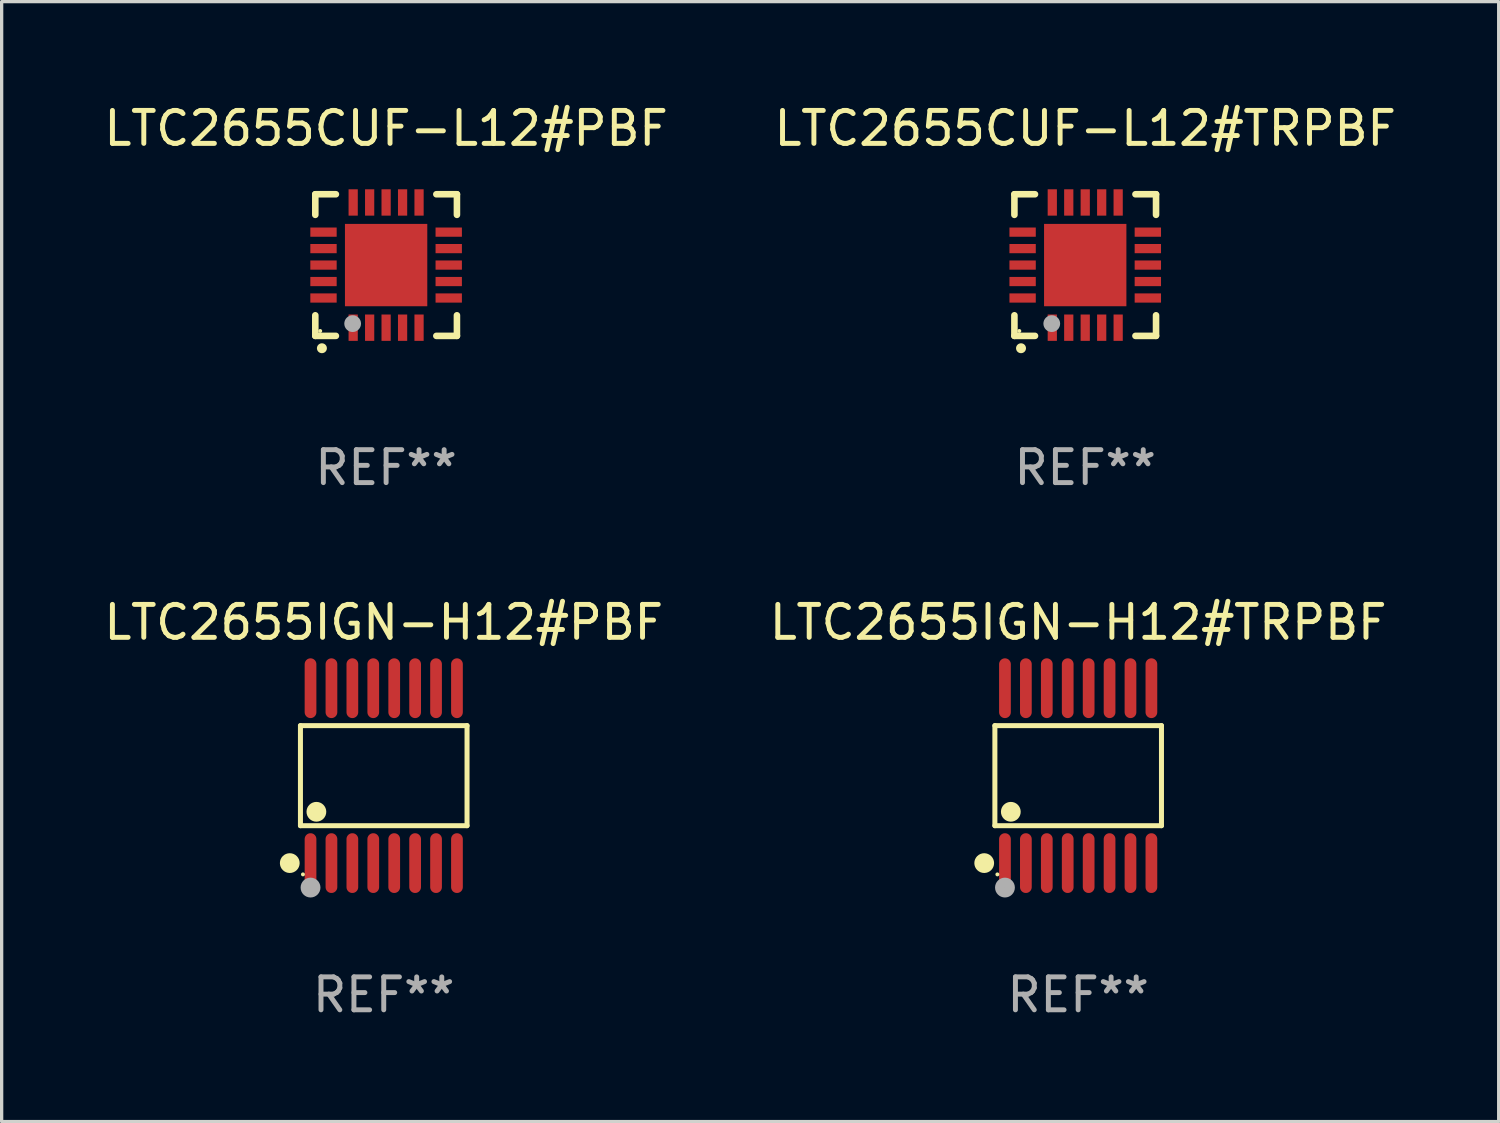
<source format=kicad_pcb>
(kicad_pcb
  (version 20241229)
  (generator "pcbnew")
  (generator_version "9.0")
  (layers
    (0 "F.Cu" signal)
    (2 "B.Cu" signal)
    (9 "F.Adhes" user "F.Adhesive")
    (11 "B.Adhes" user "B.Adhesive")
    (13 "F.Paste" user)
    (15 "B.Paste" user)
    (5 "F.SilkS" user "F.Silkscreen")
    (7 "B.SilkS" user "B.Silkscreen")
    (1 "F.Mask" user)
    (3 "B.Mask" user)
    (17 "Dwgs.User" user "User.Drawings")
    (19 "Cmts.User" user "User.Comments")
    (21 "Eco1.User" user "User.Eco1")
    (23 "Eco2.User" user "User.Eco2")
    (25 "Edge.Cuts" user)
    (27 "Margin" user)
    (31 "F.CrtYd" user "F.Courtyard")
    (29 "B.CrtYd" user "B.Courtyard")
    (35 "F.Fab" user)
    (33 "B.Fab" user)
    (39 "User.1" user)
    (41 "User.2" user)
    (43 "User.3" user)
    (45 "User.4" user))
  (footprint "LTC2655CUF-L12#TRPBF"
    (layer "F.Cu")
    (at 29.899 4.998)
    (property "Reference" "LTC2655CUF-L12#TRPBF" (at 0 -4.15 0) (layer "F.SilkS") (effects (font (size 1 1) (thickness 0.15))))
    (attr through_hole)
    (fp_line (start -2.15 -2.15) (end -2.15 -1.525) (stroke (width 0.2) (type solid)) (layer "F.SilkS"))
    (fp_line (start -2.15 2.15) (end -2.15 1.525) (stroke (width 0.2) (type solid)) (layer "F.SilkS"))
    (fp_line (start -1.525 -2.15) (end -2.15 -2.15) (stroke (width 0.2) (type solid)) (layer "F.SilkS"))
    (fp_line (start -1.525 2.15) (end -2.15 2.15) (stroke (width 0.2) (type solid)) (layer "F.SilkS"))
    (fp_line (start 1.525 2.15) (end 2.15 2.15) (stroke (width 0.2) (type solid)) (layer "F.SilkS"))
    (fp_line (start 2.15 -2.15) (end 1.525 -2.15) (stroke (width 0.2) (type solid)) (layer "F.SilkS"))
    (fp_line (start 2.15 -1.525) (end 2.15 -2.15) (stroke (width 0.2) (type solid)) (layer "F.SilkS"))
    (fp_line (start 2.15 2.15) (end 2.15 1.525) (stroke (width 0.2) (type solid)) (layer "F.SilkS"))
    (fp_arc (start -1.950724 2.524765) (mid -1.949454 2.52476) (end -1.948184 2.524765) (stroke (width 0.3) (type solid)) (layer "F.SilkS"))
    (fp_circle (center -2.001 2.001) (end -1.971 2.001) (stroke (width 0.06) (type solid)) (fill no) (layer "F.SilkS"))
    (fp_circle (center -1.016 1.778) (end -0.889 1.778) (stroke (width 0.254) (type solid)) (fill no) (layer "F.Fab"))
    (fp_text user "REF**" (at 0 6.15 0) (layer "F.Fab") (effects (font (size 1 1) (thickness 0.15))))
    (pad "1" smd rect (at -1 1.901) (size 0.28 0.8) (layers "F.Cu" "F.Mask" "F.Paste"))
    (pad "2" smd rect (at -0.5 1.901) (size 0.28 0.8) (layers "F.Cu" "F.Mask" "F.Paste"))
    (pad "3" smd rect (at 0 1.901) (size 0.28 0.8) (layers "F.Cu" "F.Mask" "F.Paste"))
    (pad "4" smd rect (at 0.5 1.901) (size 0.28 0.8) (layers "F.Cu" "F.Mask" "F.Paste"))
    (pad "5" smd rect (at 1 1.901) (size 0.28 0.8) (layers "F.Cu" "F.Mask" "F.Paste"))
    (pad "6" smd rect (at 1.901 1) (size 0.8 0.28) (layers "F.Cu" "F.Mask" "F.Paste"))
    (pad "7" smd rect (at 1.901 0.5) (size 0.8 0.28) (layers "F.Cu" "F.Mask" "F.Paste"))
    (pad "8" smd rect (at 1.901 0) (size 0.8 0.28) (layers "F.Cu" "F.Mask" "F.Paste"))
    (pad "9" smd rect (at 1.901 -0.5) (size 0.8 0.28) (layers "F.Cu" "F.Mask" "F.Paste"))
    (pad "10" smd rect (at 1.901 -1) (size 0.8 0.28) (layers "F.Cu" "F.Mask" "F.Paste"))
    (pad "11" smd rect (at 1 -1.901) (size 0.28 0.8) (layers "F.Cu" "F.Mask" "F.Paste"))
    (pad "12" smd rect (at 0.5 -1.901) (size 0.28 0.8) (layers "F.Cu" "F.Mask" "F.Paste"))
    (pad "13" smd rect (at 0 -1.901) (size 0.28 0.8) (layers "F.Cu" "F.Mask" "F.Paste"))
    (pad "14" smd rect (at -0.5 -1.901) (size 0.28 0.8) (layers "F.Cu" "F.Mask" "F.Paste"))
    (pad "15" smd rect (at -1 -1.901) (size 0.28 0.8) (layers "F.Cu" "F.Mask" "F.Paste"))
    (pad "16" smd rect (at -1.901 -1) (size 0.8 0.28) (layers "F.Cu" "F.Mask" "F.Paste"))
    (pad "17" smd rect (at -1.901 -0.5) (size 0.8 0.28) (layers "F.Cu" "F.Mask" "F.Paste"))
    (pad "18" smd rect (at -1.901 0) (size 0.8 0.28) (layers "F.Cu" "F.Mask" "F.Paste"))
    (pad "19" smd rect (at -1.901 0.5) (size 0.8 0.28) (layers "F.Cu" "F.Mask" "F.Paste"))
    (pad "20" smd rect (at -1.901 1) (size 0.8 0.28) (layers "F.Cu" "F.Mask" "F.Paste"))
    (pad "21" smd rect (at 0 0) (size 2.5 2.5) (layers "F.Cu" "F.Mask" "F.Paste")))
  (footprint "LTC2655CUF-L12#PBF"
    (layer "F.Cu")
    (at 8.673 4.998)
    (property "Reference" "LTC2655CUF-L12#PBF" (at 0 -4.15 0) (layer "F.SilkS") (effects (font (size 1 1) (thickness 0.15))))
    (attr through_hole)
    (fp_line (start -2.15 -2.15) (end -2.15 -1.525) (stroke (width 0.2) (type solid)) (layer "F.SilkS"))
    (fp_line (start -2.15 2.15) (end -2.15 1.525) (stroke (width 0.2) (type solid)) (layer "F.SilkS"))
    (fp_line (start -1.525 -2.15) (end -2.15 -2.15) (stroke (width 0.2) (type solid)) (layer "F.SilkS"))
    (fp_line (start -1.525 2.15) (end -2.15 2.15) (stroke (width 0.2) (type solid)) (layer "F.SilkS"))
    (fp_line (start 1.525 2.15) (end 2.15 2.15) (stroke (width 0.2) (type solid)) (layer "F.SilkS"))
    (fp_line (start 2.15 -2.15) (end 1.525 -2.15) (stroke (width 0.2) (type solid)) (layer "F.SilkS"))
    (fp_line (start 2.15 -1.525) (end 2.15 -2.15) (stroke (width 0.2) (type solid)) (layer "F.SilkS"))
    (fp_line (start 2.15 2.15) (end 2.15 1.525) (stroke (width 0.2) (type solid)) (layer "F.SilkS"))
    (fp_arc (start -1.950724 2.524765) (mid -1.949454 2.52476) (end -1.948184 2.524765) (stroke (width 0.3) (type solid)) (layer "F.SilkS"))
    (fp_circle (center -2.001 2.001) (end -1.971 2.001) (stroke (width 0.06) (type solid)) (fill no) (layer "F.SilkS"))
    (fp_circle (center -1.016 1.778) (end -0.889 1.778) (stroke (width 0.254) (type solid)) (fill no) (layer "F.Fab"))
    (fp_text user "REF**" (at 0 6.15 0) (layer "F.Fab") (effects (font (size 1 1) (thickness 0.15))))
    (pad "1" smd rect (at -1 1.901) (size 0.28 0.8) (layers "F.Cu" "F.Mask" "F.Paste"))
    (pad "2" smd rect (at -0.5 1.901) (size 0.28 0.8) (layers "F.Cu" "F.Mask" "F.Paste"))
    (pad "3" smd rect (at 0 1.901) (size 0.28 0.8) (layers "F.Cu" "F.Mask" "F.Paste"))
    (pad "4" smd rect (at 0.5 1.901) (size 0.28 0.8) (layers "F.Cu" "F.Mask" "F.Paste"))
    (pad "5" smd rect (at 1 1.901) (size 0.28 0.8) (layers "F.Cu" "F.Mask" "F.Paste"))
    (pad "6" smd rect (at 1.901 1) (size 0.8 0.28) (layers "F.Cu" "F.Mask" "F.Paste"))
    (pad "7" smd rect (at 1.901 0.5) (size 0.8 0.28) (layers "F.Cu" "F.Mask" "F.Paste"))
    (pad "8" smd rect (at 1.901 0) (size 0.8 0.28) (layers "F.Cu" "F.Mask" "F.Paste"))
    (pad "9" smd rect (at 1.901 -0.5) (size 0.8 0.28) (layers "F.Cu" "F.Mask" "F.Paste"))
    (pad "10" smd rect (at 1.901 -1) (size 0.8 0.28) (layers "F.Cu" "F.Mask" "F.Paste"))
    (pad "11" smd rect (at 1 -1.901) (size 0.28 0.8) (layers "F.Cu" "F.Mask" "F.Paste"))
    (pad "12" smd rect (at 0.5 -1.901) (size 0.28 0.8) (layers "F.Cu" "F.Mask" "F.Paste"))
    (pad "13" smd rect (at 0 -1.901) (size 0.28 0.8) (layers "F.Cu" "F.Mask" "F.Paste"))
    (pad "14" smd rect (at -0.5 -1.901) (size 0.28 0.8) (layers "F.Cu" "F.Mask" "F.Paste"))
    (pad "15" smd rect (at -1 -1.901) (size 0.28 0.8) (layers "F.Cu" "F.Mask" "F.Paste"))
    (pad "16" smd rect (at -1.901 -1) (size 0.8 0.28) (layers "F.Cu" "F.Mask" "F.Paste"))
    (pad "17" smd rect (at -1.901 -0.5) (size 0.8 0.28) (layers "F.Cu" "F.Mask" "F.Paste"))
    (pad "18" smd rect (at -1.901 0) (size 0.8 0.28) (layers "F.Cu" "F.Mask" "F.Paste"))
    (pad "19" smd rect (at -1.901 0.5) (size 0.8 0.28) (layers "F.Cu" "F.Mask" "F.Paste"))
    (pad "20" smd rect (at -1.901 1) (size 0.8 0.28) (layers "F.Cu" "F.Mask" "F.Paste"))
    (pad "21" smd rect (at 0 0) (size 2.5 2.5) (layers "F.Cu" "F.Mask" "F.Paste")))
  (footprint "LTC2655IGN-H12#TRPBF"
    (layer "F.Cu")
    (at 29.685 20.5)
    (property "Reference" "LTC2655IGN-H12#TRPBF" (at 0 -4.655 0) (layer "F.SilkS") (effects (font (size 1 1) (thickness 0.15))))
    (attr through_hole)
    (fp_line (start -2.529 -1.519) (end 2.529 -1.519) (stroke (width 0.152) (type solid)) (layer "F.SilkS"))
    (fp_line (start -2.529 1.519) (end -2.529 -1.519) (stroke (width 0.152) (type solid)) (layer "F.SilkS"))
    (fp_line (start 2.529 -1.519) (end 2.529 1.519) (stroke (width 0.152) (type solid)) (layer "F.SilkS"))
    (fp_line (start 2.529 1.519) (end -2.529 1.519) (stroke (width 0.152) (type solid)) (layer "F.SilkS"))
    (fp_circle (center -2.853 2.655) (end -2.703 2.655) (stroke (width 0.3) (type solid)) (fill no) (layer "F.SilkS"))
    (fp_circle (center -2.453 2.998) (end -2.423 2.998) (stroke (width 0.06) (type solid)) (fill no) (layer "F.SilkS"))
    (fp_circle (center -2.045 1.097) (end -1.895 1.097) (stroke (width 0.3) (type solid)) (fill no) (layer "F.SilkS"))
    (fp_circle (center -2.223 3.398) (end -2.072 3.398) (stroke (width 0.3) (type solid)) (fill no) (layer "F.Fab"))
    (fp_text user "REF**" (at 0 6.655 0) (layer "F.Fab") (effects (font (size 1 1) (thickness 0.15))))
    (pad "1" smd oval (at -2.223 2.655) (size 0.356 1.815) (layers "F.Cu" "F.Mask" "F.Paste"))
    (pad "2" smd oval (at -1.588 2.655) (size 0.356 1.815) (layers "F.Cu" "F.Mask" "F.Paste"))
    (pad "3" smd oval (at -0.953 2.655) (size 0.356 1.815) (layers "F.Cu" "F.Mask" "F.Paste"))
    (pad "4" smd oval (at -0.318 2.655) (size 0.356 1.815) (layers "F.Cu" "F.Mask" "F.Paste"))
    (pad "5" smd oval (at 0.318 2.655) (size 0.356 1.815) (layers "F.Cu" "F.Mask" "F.Paste"))
    (pad "6" smd oval (at 0.953 2.655) (size 0.356 1.815) (layers "F.Cu" "F.Mask" "F.Paste"))
    (pad "7" smd oval (at 1.588 2.655) (size 0.356 1.815) (layers "F.Cu" "F.Mask" "F.Paste"))
    (pad "8" smd oval (at 2.223 2.655) (size 0.356 1.815) (layers "F.Cu" "F.Mask" "F.Paste"))
    (pad "9" smd oval (at 2.223 -2.655) (size 0.356 1.815) (layers "F.Cu" "F.Mask" "F.Paste"))
    (pad "10" smd oval (at 1.588 -2.655) (size 0.356 1.815) (layers "F.Cu" "F.Mask" "F.Paste"))
    (pad "11" smd oval (at 0.953 -2.655) (size 0.356 1.815) (layers "F.Cu" "F.Mask" "F.Paste"))
    (pad "12" smd oval (at 0.318 -2.655) (size 0.356 1.815) (layers "F.Cu" "F.Mask" "F.Paste"))
    (pad "13" smd oval (at -0.318 -2.655) (size 0.356 1.815) (layers "F.Cu" "F.Mask" "F.Paste"))
    (pad "14" smd oval (at -0.953 -2.655) (size 0.356 1.815) (layers "F.Cu" "F.Mask" "F.Paste"))
    (pad "15" smd oval (at -1.588 -2.655) (size 0.356 1.815) (layers "F.Cu" "F.Mask" "F.Paste"))
    (pad "16" smd oval (at -2.223 -2.655) (size 0.356 1.815) (layers "F.Cu" "F.Mask" "F.Paste")))
  (footprint "LTC2655IGN-H12#PBF"
    (layer "F.Cu")
    (at 8.601 20.5)
    (property "Reference" "LTC2655IGN-H12#PBF" (at 0 -4.655 0) (layer "F.SilkS") (effects (font (size 1 1) (thickness 0.15))))
    (attr through_hole)
    (fp_line (start -2.529 -1.519) (end 2.529 -1.519) (stroke (width 0.152) (type solid)) (layer "F.SilkS"))
    (fp_line (start -2.529 1.519) (end -2.529 -1.519) (stroke (width 0.152) (type solid)) (layer "F.SilkS"))
    (fp_line (start 2.529 -1.519) (end 2.529 1.519) (stroke (width 0.152) (type solid)) (layer "F.SilkS"))
    (fp_line (start 2.529 1.519) (end -2.529 1.519) (stroke (width 0.152) (type solid)) (layer "F.SilkS"))
    (fp_circle (center -2.853 2.655) (end -2.703 2.655) (stroke (width 0.3) (type solid)) (fill no) (layer "F.SilkS"))
    (fp_circle (center -2.453 2.998) (end -2.423 2.998) (stroke (width 0.06) (type solid)) (fill no) (layer "F.SilkS"))
    (fp_circle (center -2.045 1.097) (end -1.895 1.097) (stroke (width 0.3) (type solid)) (fill no) (layer "F.SilkS"))
    (fp_circle (center -2.223 3.398) (end -2.072 3.398) (stroke (width 0.3) (type solid)) (fill no) (layer "F.Fab"))
    (fp_text user "REF**" (at 0 6.655 0) (layer "F.Fab") (effects (font (size 1 1) (thickness 0.15))))
    (pad "1" smd oval (at -2.223 2.655) (size 0.356 1.815) (layers "F.Cu" "F.Mask" "F.Paste"))
    (pad "2" smd oval (at -1.588 2.655) (size 0.356 1.815) (layers "F.Cu" "F.Mask" "F.Paste"))
    (pad "3" smd oval (at -0.953 2.655) (size 0.356 1.815) (layers "F.Cu" "F.Mask" "F.Paste"))
    (pad "4" smd oval (at -0.318 2.655) (size 0.356 1.815) (layers "F.Cu" "F.Mask" "F.Paste"))
    (pad "5" smd oval (at 0.318 2.655) (size 0.356 1.815) (layers "F.Cu" "F.Mask" "F.Paste"))
    (pad "6" smd oval (at 0.953 2.655) (size 0.356 1.815) (layers "F.Cu" "F.Mask" "F.Paste"))
    (pad "7" smd oval (at 1.588 2.655) (size 0.356 1.815) (layers "F.Cu" "F.Mask" "F.Paste"))
    (pad "8" smd oval (at 2.223 2.655) (size 0.356 1.815) (layers "F.Cu" "F.Mask" "F.Paste"))
    (pad "9" smd oval (at 2.223 -2.655) (size 0.356 1.815) (layers "F.Cu" "F.Mask" "F.Paste"))
    (pad "10" smd oval (at 1.588 -2.655) (size 0.356 1.815) (layers "F.Cu" "F.Mask" "F.Paste"))
    (pad "11" smd oval (at 0.953 -2.655) (size 0.356 1.815) (layers "F.Cu" "F.Mask" "F.Paste"))
    (pad "12" smd oval (at 0.318 -2.655) (size 0.356 1.815) (layers "F.Cu" "F.Mask" "F.Paste"))
    (pad "13" smd oval (at -0.318 -2.655) (size 0.356 1.815) (layers "F.Cu" "F.Mask" "F.Paste"))
    (pad "14" smd oval (at -0.953 -2.655) (size 0.356 1.815) (layers "F.Cu" "F.Mask" "F.Paste"))
    (pad "15" smd oval (at -1.588 -2.655) (size 0.356 1.815) (layers "F.Cu" "F.Mask" "F.Paste"))
    (pad "16" smd oval (at -2.223 -2.655) (size 0.356 1.815) (layers "F.Cu" "F.Mask" "F.Paste")))
  (gr_rect
    (start -3 -3)
    (end 42.452 31.003)
    (stroke (width 0.1) (type default))
    (fill no)
    (layer "Edge.Cuts")))
</source>
